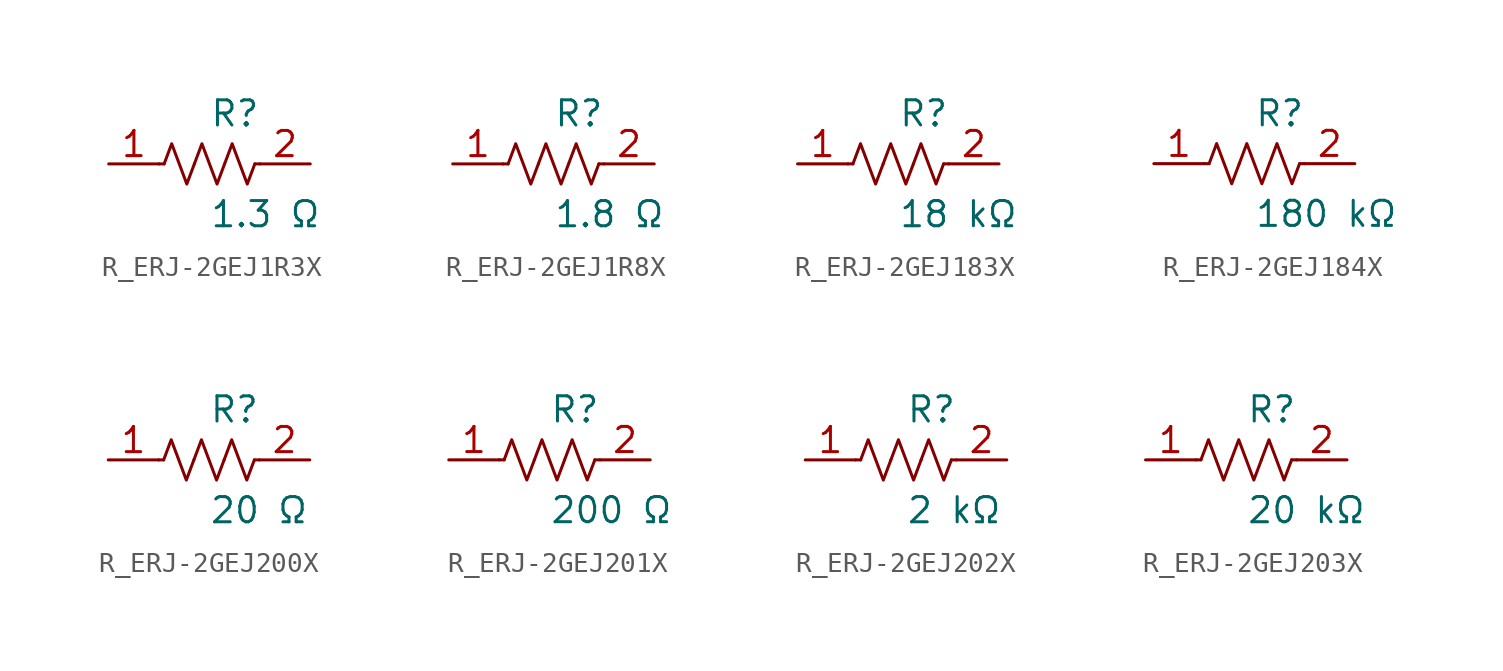
<source format=kicad_sym>
(kicad_symbol_lib
  (version 20231120)
  (generator kicad_symbol_editor)
  (generator_version 8.0)
  (symbol "R_ERJ-2GEJ1R3X"
    (pin_names
      (offset 0.254))
    (property "Reference" "R"
      (at 0.0 2.54 0)
      (effects (font (size 1.27 1.27)) (justify left)))
    (property "Value" "1.3 Ω"
      (at 0.0 -2.54 0)
      (effects (font (size 1.27 1.27)) (justify left)))
    (symbol "R_ERJ-2GEJ1R3X_0_1"
      (polyline (pts (xy 2.286 0) (xy 2.54 0)) (stroke (width 0) (type default)) (fill (type none)))
      (polyline (pts (xy -2.286 0) (xy -2.54 0)) (stroke (width 0) (type default)) (fill (type none)))
      (polyline (pts (xy 0.762 0) (xy 1.143 1.016) (xy 1.524 0) (xy 1.905 -1.016) (xy 2.286 0)) (stroke (width 0) (type default)) (fill (type none)))
      (polyline (pts (xy -0.762 0) (xy -0.381 1.016) (xy 0 0) (xy 0.381 -1.016) (xy 0.762 0)) (stroke (width 0) (type default)) (fill (type none)))
      (polyline (pts (xy -2.286 0) (xy -1.905 1.016) (xy -1.524 0) (xy -1.143 -1.016) (xy -0.762 0)) (stroke (width 0) (type default)) (fill (type none))))
    (pin unspecified line
      (at -5.08 0 0)
      (length 2.54)
      (name "" (effects (font (size 1.27 1.27))))
      (number "1" (effects (font (size 1.27 1.27)))))
    (pin unspecified line
      (at 5.08 0 180)
      (length 2.54)
      (name "" (effects (font (size 1.27 1.27))))
      (number "2" (effects (font (size 1.27 1.27))))))
  (symbol "R_ERJ-2GEJ1R8X"
    (pin_names
      (offset 0.254))
    (property "Reference" "R"
      (at 0.0 2.54 0)
      (effects (font (size 1.27 1.27)) (justify left)))
    (property "Value" "1.8 Ω"
      (at 0.0 -2.54 0)
      (effects (font (size 1.27 1.27)) (justify left)))
    (symbol "R_ERJ-2GEJ1R8X_0_1"
      (polyline (pts (xy 2.286 0) (xy 2.54 0)) (stroke (width 0) (type default)) (fill (type none)))
      (polyline (pts (xy -2.286 0) (xy -2.54 0)) (stroke (width 0) (type default)) (fill (type none)))
      (polyline (pts (xy 0.762 0) (xy 1.143 1.016) (xy 1.524 0) (xy 1.905 -1.016) (xy 2.286 0)) (stroke (width 0) (type default)) (fill (type none)))
      (polyline (pts (xy -0.762 0) (xy -0.381 1.016) (xy 0 0) (xy 0.381 -1.016) (xy 0.762 0)) (stroke (width 0) (type default)) (fill (type none)))
      (polyline (pts (xy -2.286 0) (xy -1.905 1.016) (xy -1.524 0) (xy -1.143 -1.016) (xy -0.762 0)) (stroke (width 0) (type default)) (fill (type none))))
    (pin unspecified line
      (at -5.08 0 0)
      (length 2.54)
      (name "" (effects (font (size 1.27 1.27))))
      (number "1" (effects (font (size 1.27 1.27)))))
    (pin unspecified line
      (at 5.08 0 180)
      (length 2.54)
      (name "" (effects (font (size 1.27 1.27))))
      (number "2" (effects (font (size 1.27 1.27))))))
  (symbol "R_ERJ-2GEJ183X"
    (pin_names
      (offset 0.254))
    (property "Reference" "R"
      (at 0.0 2.54 0)
      (effects (font (size 1.27 1.27)) (justify left)))
    (property "Value" "18 kΩ"
      (at 0.0 -2.54 0)
      (effects (font (size 1.27 1.27)) (justify left)))
    (symbol "R_ERJ-2GEJ183X_0_1"
      (polyline (pts (xy 2.286 0) (xy 2.54 0)) (stroke (width 0) (type default)) (fill (type none)))
      (polyline (pts (xy -2.286 0) (xy -2.54 0)) (stroke (width 0) (type default)) (fill (type none)))
      (polyline (pts (xy 0.762 0) (xy 1.143 1.016) (xy 1.524 0) (xy 1.905 -1.016) (xy 2.286 0)) (stroke (width 0) (type default)) (fill (type none)))
      (polyline (pts (xy -0.762 0) (xy -0.381 1.016) (xy 0 0) (xy 0.381 -1.016) (xy 0.762 0)) (stroke (width 0) (type default)) (fill (type none)))
      (polyline (pts (xy -2.286 0) (xy -1.905 1.016) (xy -1.524 0) (xy -1.143 -1.016) (xy -0.762 0)) (stroke (width 0) (type default)) (fill (type none))))
    (pin unspecified line
      (at -5.08 0 0)
      (length 2.54)
      (name "" (effects (font (size 1.27 1.27))))
      (number "1" (effects (font (size 1.27 1.27)))))
    (pin unspecified line
      (at 5.08 0 180)
      (length 2.54)
      (name "" (effects (font (size 1.27 1.27))))
      (number "2" (effects (font (size 1.27 1.27))))))
  (symbol "R_ERJ-2GEJ184X"
    (pin_names
      (offset 0.254))
    (property "Reference" "R"
      (at 0.0 2.54 0)
      (effects (font (size 1.27 1.27)) (justify left)))
    (property "Value" "180 kΩ"
      (at 0.0 -2.54 0)
      (effects (font (size 1.27 1.27)) (justify left)))
    (symbol "R_ERJ-2GEJ184X_0_1"
      (polyline (pts (xy 2.286 0) (xy 2.54 0)) (stroke (width 0) (type default)) (fill (type none)))
      (polyline (pts (xy -2.286 0) (xy -2.54 0)) (stroke (width 0) (type default)) (fill (type none)))
      (polyline (pts (xy 0.762 0) (xy 1.143 1.016) (xy 1.524 0) (xy 1.905 -1.016) (xy 2.286 0)) (stroke (width 0) (type default)) (fill (type none)))
      (polyline (pts (xy -0.762 0) (xy -0.381 1.016) (xy 0 0) (xy 0.381 -1.016) (xy 0.762 0)) (stroke (width 0) (type default)) (fill (type none)))
      (polyline (pts (xy -2.286 0) (xy -1.905 1.016) (xy -1.524 0) (xy -1.143 -1.016) (xy -0.762 0)) (stroke (width 0) (type default)) (fill (type none))))
    (pin unspecified line
      (at -5.08 0 0)
      (length 2.54)
      (name "" (effects (font (size 1.27 1.27))))
      (number "1" (effects (font (size 1.27 1.27)))))
    (pin unspecified line
      (at 5.08 0 180)
      (length 2.54)
      (name "" (effects (font (size 1.27 1.27))))
      (number "2" (effects (font (size 1.27 1.27))))))
  (symbol "R_ERJ-2GEJ200X"
    (pin_names
      (offset 0.254))
    (property "Reference" "R"
      (at 0.0 2.54 0)
      (effects (font (size 1.27 1.27)) (justify left)))
    (property "Value" "20 Ω"
      (at 0.0 -2.54 0)
      (effects (font (size 1.27 1.27)) (justify left)))
    (symbol "R_ERJ-2GEJ200X_0_1"
      (polyline (pts (xy 2.286 0) (xy 2.54 0)) (stroke (width 0) (type default)) (fill (type none)))
      (polyline (pts (xy -2.286 0) (xy -2.54 0)) (stroke (width 0) (type default)) (fill (type none)))
      (polyline (pts (xy 0.762 0) (xy 1.143 1.016) (xy 1.524 0) (xy 1.905 -1.016) (xy 2.286 0)) (stroke (width 0) (type default)) (fill (type none)))
      (polyline (pts (xy -0.762 0) (xy -0.381 1.016) (xy 0 0) (xy 0.381 -1.016) (xy 0.762 0)) (stroke (width 0) (type default)) (fill (type none)))
      (polyline (pts (xy -2.286 0) (xy -1.905 1.016) (xy -1.524 0) (xy -1.143 -1.016) (xy -0.762 0)) (stroke (width 0) (type default)) (fill (type none))))
    (pin unspecified line
      (at -5.08 0 0)
      (length 2.54)
      (name "" (effects (font (size 1.27 1.27))))
      (number "1" (effects (font (size 1.27 1.27)))))
    (pin unspecified line
      (at 5.08 0 180)
      (length 2.54)
      (name "" (effects (font (size 1.27 1.27))))
      (number "2" (effects (font (size 1.27 1.27))))))
  (symbol "R_ERJ-2GEJ201X"
    (pin_names
      (offset 0.254))
    (property "Reference" "R"
      (at 0.0 2.54 0)
      (effects (font (size 1.27 1.27)) (justify left)))
    (property "Value" "200 Ω"
      (at 0.0 -2.54 0)
      (effects (font (size 1.27 1.27)) (justify left)))
    (symbol "R_ERJ-2GEJ201X_0_1"
      (polyline (pts (xy 2.286 0) (xy 2.54 0)) (stroke (width 0) (type default)) (fill (type none)))
      (polyline (pts (xy -2.286 0) (xy -2.54 0)) (stroke (width 0) (type default)) (fill (type none)))
      (polyline (pts (xy 0.762 0) (xy 1.143 1.016) (xy 1.524 0) (xy 1.905 -1.016) (xy 2.286 0)) (stroke (width 0) (type default)) (fill (type none)))
      (polyline (pts (xy -0.762 0) (xy -0.381 1.016) (xy 0 0) (xy 0.381 -1.016) (xy 0.762 0)) (stroke (width 0) (type default)) (fill (type none)))
      (polyline (pts (xy -2.286 0) (xy -1.905 1.016) (xy -1.524 0) (xy -1.143 -1.016) (xy -0.762 0)) (stroke (width 0) (type default)) (fill (type none))))
    (pin unspecified line
      (at -5.08 0 0)
      (length 2.54)
      (name "" (effects (font (size 1.27 1.27))))
      (number "1" (effects (font (size 1.27 1.27)))))
    (pin unspecified line
      (at 5.08 0 180)
      (length 2.54)
      (name "" (effects (font (size 1.27 1.27))))
      (number "2" (effects (font (size 1.27 1.27))))))
  (symbol "R_ERJ-2GEJ202X"
    (pin_names
      (offset 0.254))
    (property "Reference" "R"
      (at 0.0 2.54 0)
      (effects (font (size 1.27 1.27)) (justify left)))
    (property "Value" "2 kΩ"
      (at 0.0 -2.54 0)
      (effects (font (size 1.27 1.27)) (justify left)))
    (symbol "R_ERJ-2GEJ202X_0_1"
      (polyline (pts (xy 2.286 0) (xy 2.54 0)) (stroke (width 0) (type default)) (fill (type none)))
      (polyline (pts (xy -2.286 0) (xy -2.54 0)) (stroke (width 0) (type default)) (fill (type none)))
      (polyline (pts (xy 0.762 0) (xy 1.143 1.016) (xy 1.524 0) (xy 1.905 -1.016) (xy 2.286 0)) (stroke (width 0) (type default)) (fill (type none)))
      (polyline (pts (xy -0.762 0) (xy -0.381 1.016) (xy 0 0) (xy 0.381 -1.016) (xy 0.762 0)) (stroke (width 0) (type default)) (fill (type none)))
      (polyline (pts (xy -2.286 0) (xy -1.905 1.016) (xy -1.524 0) (xy -1.143 -1.016) (xy -0.762 0)) (stroke (width 0) (type default)) (fill (type none))))
    (pin unspecified line
      (at -5.08 0 0)
      (length 2.54)
      (name "" (effects (font (size 1.27 1.27))))
      (number "1" (effects (font (size 1.27 1.27)))))
    (pin unspecified line
      (at 5.08 0 180)
      (length 2.54)
      (name "" (effects (font (size 1.27 1.27))))
      (number "2" (effects (font (size 1.27 1.27))))))
  (symbol "R_ERJ-2GEJ203X"
    (pin_names
      (offset 0.254))
    (property "Reference" "R"
      (at 0.0 2.54 0)
      (effects (font (size 1.27 1.27)) (justify left)))
    (property "Value" "20 kΩ"
      (at 0.0 -2.54 0)
      (effects (font (size 1.27 1.27)) (justify left)))
    (symbol "R_ERJ-2GEJ203X_0_1"
      (polyline (pts (xy 2.286 0) (xy 2.54 0)) (stroke (width 0) (type default)) (fill (type none)))
      (polyline (pts (xy -2.286 0) (xy -2.54 0)) (stroke (width 0) (type default)) (fill (type none)))
      (polyline (pts (xy 0.762 0) (xy 1.143 1.016) (xy 1.524 0) (xy 1.905 -1.016) (xy 2.286 0)) (stroke (width 0) (type default)) (fill (type none)))
      (polyline (pts (xy -0.762 0) (xy -0.381 1.016) (xy 0 0) (xy 0.381 -1.016) (xy 0.762 0)) (stroke (width 0) (type default)) (fill (type none)))
      (polyline (pts (xy -2.286 0) (xy -1.905 1.016) (xy -1.524 0) (xy -1.143 -1.016) (xy -0.762 0)) (stroke (width 0) (type default)) (fill (type none))))
    (pin unspecified line
      (at -5.08 0 0)
      (length 2.54)
      (name "" (effects (font (size 1.27 1.27))))
      (number "1" (effects (font (size 1.27 1.27)))))
    (pin unspecified line
      (at 5.08 0 180)
      (length 2.54)
      (name "" (effects (font (size 1.27 1.27))))
      (number "2" (effects (font (size 1.27 1.27)))))))
</source>
